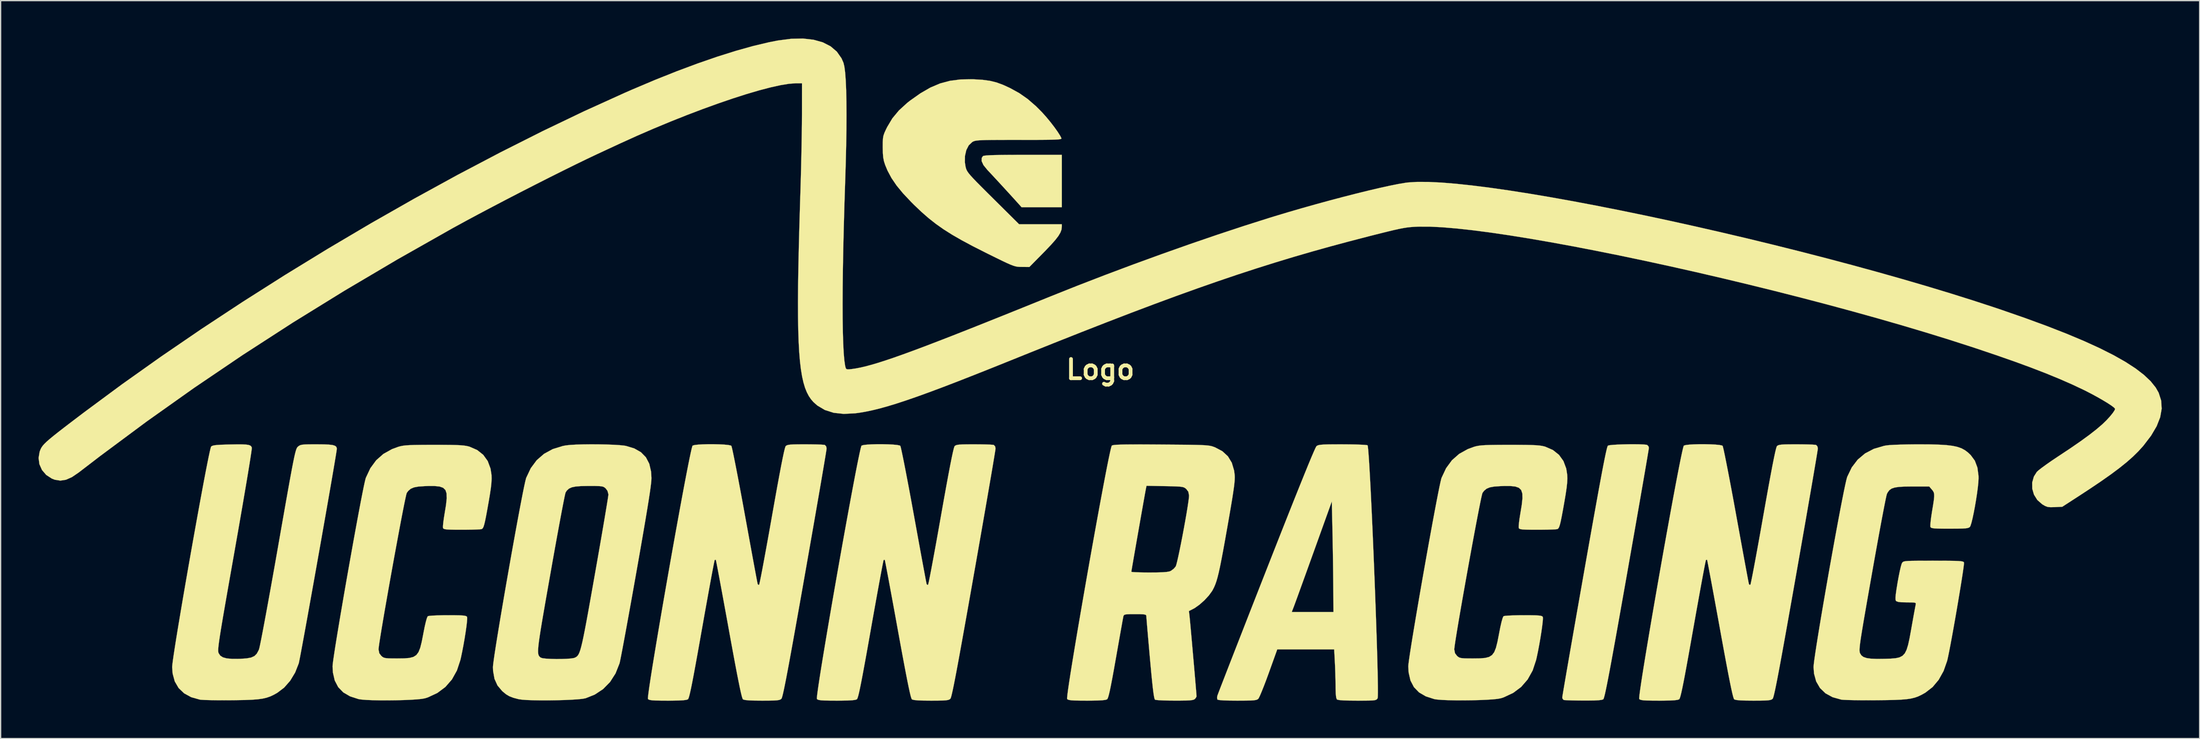
<source format=kicad_pcb>
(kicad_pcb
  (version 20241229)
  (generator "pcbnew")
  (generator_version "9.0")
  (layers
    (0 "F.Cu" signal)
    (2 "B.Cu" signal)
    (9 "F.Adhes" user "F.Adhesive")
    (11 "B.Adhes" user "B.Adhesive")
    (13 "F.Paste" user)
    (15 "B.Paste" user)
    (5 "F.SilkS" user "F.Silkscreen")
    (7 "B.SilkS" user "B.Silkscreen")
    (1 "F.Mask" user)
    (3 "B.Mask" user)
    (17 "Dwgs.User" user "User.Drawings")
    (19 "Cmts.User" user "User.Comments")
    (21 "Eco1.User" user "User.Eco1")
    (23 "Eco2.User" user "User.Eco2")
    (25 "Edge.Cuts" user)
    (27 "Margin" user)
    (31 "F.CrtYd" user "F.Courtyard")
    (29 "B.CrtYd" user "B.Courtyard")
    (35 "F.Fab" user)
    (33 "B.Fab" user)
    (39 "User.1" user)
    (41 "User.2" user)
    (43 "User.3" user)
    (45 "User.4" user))
  (footprint "Logo"
    (layer "F.Cu")
    (at 84.072 26.242)
    (property "Reference" "Logo" (at 0 0 0) (layer "F.SilkS") (effects (font (size 1.524 1.524) (thickness 0.3))))
    (attr through_hole)
    (fp_poly (pts (xy -3.048 -12.869) (xy -6.238 -12.869) (xy -6.522 -13.187) (xy -6.806 -13.501) (xy -7.156 -13.887) (xy -7.546 -14.313) (xy -7.944 -14.747) (xy -8.324 -15.158) (xy -8.654 -15.514) (xy -8.907 -15.784) (xy -8.952 -15.832) (xy -9.252 -16.202) (xy -9.397 -16.519) (xy -9.387 -16.779) (xy -9.296 -16.916) (xy -9.22 -16.945) (xy -9.044 -16.968) (xy -8.759 -16.987) (xy -8.353 -17.001) (xy -7.814 -17.01) (xy -7.131 -17.016) (xy -6.291 -17.018) (xy -6.121 -17.018) (xy -3.048 -17.018) (xy -3.048 -12.869)) (stroke (width 0.01) (type solid)) (fill yes) (layer "F.SilkS"))
    (fp_poly (pts (xy 42.677 5.926) (xy 43.013 5.94) (xy 43.239 5.963) (xy 43.3 5.978) (xy 43.408 6.095) (xy 43.434 6.211) (xy 43.42 6.317) (xy 43.377 6.579) (xy 43.309 6.986) (xy 43.217 7.528) (xy 43.103 8.195) (xy 42.968 8.976) (xy 42.814 9.861) (xy 42.644 10.839) (xy 42.459 11.898) (xy 42.261 13.03) (xy 42.051 14.223) (xy 41.832 15.467) (xy 41.701 16.214) (xy 41.428 17.755) (xy 41.183 19.137) (xy 40.964 20.368) (xy 40.769 21.455) (xy 40.596 22.407) (xy 40.446 23.23) (xy 40.315 23.932) (xy 40.202 24.522) (xy 40.107 25.006) (xy 40.027 25.394) (xy 39.962 25.692) (xy 39.908 25.908) (xy 39.867 26.05) (xy 39.834 26.125) (xy 39.822 26.14) (xy 39.701 26.184) (xy 39.464 26.214) (xy 39.098 26.233) (xy 38.586 26.24) (xy 38.232 26.24) (xy 37.749 26.235) (xy 37.322 26.227) (xy 36.981 26.215) (xy 36.756 26.202) (xy 36.682 26.191) (xy 36.592 26.08) (xy 36.576 25.991) (xy 36.59 25.889) (xy 36.633 25.63) (xy 36.701 25.226) (xy 36.793 24.686) (xy 36.907 24.022) (xy 37.042 23.244) (xy 37.195 22.361) (xy 37.365 21.386) (xy 37.55 20.327) (xy 37.748 19.196) (xy 37.958 18.004) (xy 38.177 16.76) (xy 38.313 15.986) (xy 38.588 14.429) (xy 38.836 13.032) (xy 39.058 11.787) (xy 39.256 10.687) (xy 39.43 9.724) (xy 39.583 8.892) (xy 39.715 8.182) (xy 39.829 7.587) (xy 39.925 7.101) (xy 40.005 6.716) (xy 40.07 6.424) (xy 40.121 6.218) (xy 40.161 6.09) (xy 40.19 6.034) (xy 40.192 6.032) (xy 40.318 6) (xy 40.578 5.972) (xy 40.938 5.949) (xy 41.362 5.933) (xy 41.817 5.923) (xy 42.267 5.921) (xy 42.677 5.926)) (stroke (width 0.01) (type solid)) (fill yes) (layer "F.SilkS"))
    (fp_poly (pts (xy -9.991 -23.006) (xy -9.311 -22.964) (xy -8.742 -22.886) (xy -8.227 -22.76) (xy -7.708 -22.57) (xy -7.154 -22.316) (xy -6.422 -21.913) (xy -5.751 -21.444) (xy -5.097 -20.877) (xy -4.614 -20.391) (xy -4.288 -20.027) (xy -3.955 -19.625) (xy -3.642 -19.218) (xy -3.374 -18.841) (xy -3.175 -18.526) (xy -3.082 -18.34) (xy -3.081 -18.306) (xy -3.116 -18.278) (xy -3.202 -18.255) (xy -3.354 -18.238) (xy -3.586 -18.225) (xy -3.914 -18.215) (xy -4.353 -18.209) (xy -4.916 -18.205) (xy -5.62 -18.204) (xy -6.447 -18.203) (xy -7.299 -18.203) (xy -7.999 -18.201) (xy -8.562 -18.198) (xy -9.007 -18.192) (xy -9.349 -18.182) (xy -9.605 -18.168) (xy -9.792 -18.149) (xy -9.926 -18.125) (xy -10.025 -18.094) (xy -10.104 -18.055) (xy -10.144 -18.032) (xy -10.417 -17.772) (xy -10.611 -17.394) (xy -10.716 -16.933) (xy -10.724 -16.427) (xy -10.668 -16.074) (xy -10.636 -15.948) (xy -10.593 -15.83) (xy -10.526 -15.706) (xy -10.424 -15.56) (xy -10.274 -15.379) (xy -10.063 -15.148) (xy -9.779 -14.852) (xy -9.409 -14.478) (xy -8.941 -14.01) (xy -8.496 -13.568) (xy -6.429 -11.515) (xy -3.048 -11.515) (xy -3.048 -11.313) (xy -3.073 -11.093) (xy -3.159 -10.859) (xy -3.316 -10.592) (xy -3.56 -10.274) (xy -3.903 -9.886) (xy -4.357 -9.409) (xy -4.468 -9.296) (xy -5.618 -8.128) (xy -6.217 -8.134) (xy -6.391 -8.137) (xy -6.547 -8.148) (xy -6.704 -8.176) (xy -6.884 -8.229) (xy -7.105 -8.313) (xy -7.39 -8.438) (xy -7.758 -8.612) (xy -8.23 -8.843) (xy -8.826 -9.137) (xy -9.063 -9.255) (xy -10.074 -9.767) (xy -10.951 -10.236) (xy -11.718 -10.677) (xy -12.399 -11.107) (xy -13.017 -11.543) (xy -13.599 -12.001) (xy -14.166 -12.498) (xy -14.745 -13.049) (xy -14.986 -13.291) (xy -15.623 -13.968) (xy -16.133 -14.587) (xy -16.535 -15.178) (xy -16.85 -15.768) (xy -17.036 -16.214) (xy -17.131 -16.509) (xy -17.19 -16.811) (xy -17.219 -17.176) (xy -17.228 -17.617) (xy -17.226 -18.021) (xy -17.211 -18.311) (xy -17.171 -18.541) (xy -17.093 -18.767) (xy -16.966 -19.043) (xy -16.875 -19.226) (xy -16.468 -19.91) (xy -15.947 -20.538) (xy -15.289 -21.139) (xy -15.071 -21.311) (xy -14.24 -21.899) (xy -13.457 -22.351) (xy -12.69 -22.677) (xy -11.903 -22.888) (xy -11.065 -22.996) (xy -10.14 -23.011) (xy -9.991 -23.006)) (stroke (width 0.01) (type solid)) (fill yes) (layer "F.SilkS"))
    (fp_poly (pts (xy 19.165 5.928) (xy 19.717 5.932) (xy 20.215 5.941) (xy 20.634 5.956) (xy 20.947 5.974) (xy 21.128 5.995) (xy 21.159 6.005) (xy 21.182 6.1) (xy 21.21 6.352) (xy 21.242 6.748) (xy 21.278 7.275) (xy 21.317 7.92) (xy 21.359 8.669) (xy 21.403 9.512) (xy 21.448 10.434) (xy 21.495 11.422) (xy 21.542 12.465) (xy 21.589 13.549) (xy 21.636 14.661) (xy 21.681 15.789) (xy 21.726 16.919) (xy 21.768 18.039) (xy 21.808 19.137) (xy 21.845 20.199) (xy 21.879 21.212) (xy 21.909 22.164) (xy 21.934 23.043) (xy 21.954 23.834) (xy 21.968 24.525) (xy 21.977 25.104) (xy 21.979 25.558) (xy 21.974 25.873) (xy 21.961 26.037) (xy 21.956 26.056) (xy 21.908 26.124) (xy 21.845 26.174) (xy 21.741 26.208) (xy 21.57 26.229) (xy 21.308 26.241) (xy 20.93 26.246) (xy 20.411 26.247) (xy 20.335 26.247) (xy 19.718 26.242) (xy 19.26 26.228) (xy 18.947 26.204) (xy 18.771 26.169) (xy 18.728 26.145) (xy 18.675 26) (xy 18.641 25.694) (xy 18.627 25.236) (xy 18.627 25.142) (xy 18.621 24.663) (xy 18.607 24.1) (xy 18.587 23.535) (xy 18.571 23.212) (xy 18.516 22.183) (xy 14.01 22.183) (xy 13.334 24.066) (xy 13.136 24.606) (xy 12.948 25.099) (xy 12.78 25.519) (xy 12.643 25.843) (xy 12.545 26.045) (xy 12.509 26.098) (xy 12.438 26.152) (xy 12.332 26.191) (xy 12.164 26.218) (xy 11.911 26.235) (xy 11.547 26.243) (xy 11.047 26.246) (xy 10.842 26.247) (xy 10.233 26.242) (xy 9.765 26.227) (xy 9.446 26.203) (xy 9.285 26.17) (xy 9.268 26.157) (xy 9.243 26.011) (xy 9.261 25.874) (xy 9.298 25.772) (xy 9.392 25.522) (xy 9.541 25.134) (xy 9.741 24.618) (xy 9.987 23.983) (xy 10.276 23.239) (xy 10.604 22.396) (xy 10.968 21.464) (xy 11.363 20.452) (xy 11.785 19.37) (xy 11.844 19.219) (xy 15.158 19.219) (xy 18.457 19.219) (xy 18.446 17.251) (xy 18.44 16.596) (xy 18.431 15.824) (xy 18.42 14.987) (xy 18.406 14.137) (xy 18.392 13.325) (xy 18.382 12.869) (xy 18.33 10.456) (xy 16.9 14.436) (xy 16.613 15.232) (xy 16.34 15.991) (xy 16.085 16.696) (xy 15.856 17.329) (xy 15.659 17.875) (xy 15.499 18.314) (xy 15.383 18.63) (xy 15.318 18.806) (xy 15.313 18.817) (xy 15.158 19.219) (xy 11.844 19.219) (xy 12.232 18.228) (xy 12.699 17.036) (xy 13.124 15.952) (xy 13.764 14.322) (xy 14.35 12.834) (xy 14.882 11.489) (xy 15.359 10.289) (xy 15.781 9.236) (xy 16.146 8.331) (xy 16.454 7.575) (xy 16.705 6.971) (xy 16.898 6.521) (xy 17.032 6.224) (xy 17.106 6.085) (xy 17.114 6.075) (xy 17.188 6.026) (xy 17.294 5.989) (xy 17.454 5.963) (xy 17.69 5.945) (xy 18.025 5.934) (xy 18.481 5.929) (xy 19.082 5.928) (xy 19.165 5.928)) (stroke (width 0.01) (type solid)) (fill yes) (layer "F.SilkS"))
    (fp_poly (pts (xy -61.483 5.932) (xy -61.063 5.951) (xy -60.771 5.988) (xy -60.586 6.049) (xy -60.487 6.137) (xy -60.453 6.257) (xy -60.452 6.284) (xy -60.467 6.405) (xy -60.509 6.679) (xy -60.577 7.091) (xy -60.667 7.629) (xy -60.778 8.278) (xy -60.906 9.024) (xy -61.05 9.853) (xy -61.207 10.752) (xy -61.374 11.707) (xy -61.55 12.704) (xy -61.73 13.729) (xy -61.915 14.768) (xy -62.099 15.808) (xy -62.282 16.834) (xy -62.461 17.832) (xy -62.633 18.79) (xy -62.795 19.692) (xy -62.946 20.525) (xy -63.083 21.276) (xy -63.204 21.929) (xy -63.305 22.473) (xy -63.385 22.892) (xy -63.441 23.172) (xy -63.469 23.297) (xy -63.753 24.019) (xy -64.145 24.668) (xy -64.623 25.213) (xy -65.166 25.625) (xy -65.172 25.629) (xy -65.462 25.79) (xy -65.736 25.917) (xy -66.021 26.015) (xy -66.341 26.088) (xy -66.721 26.14) (xy -67.186 26.175) (xy -67.762 26.197) (xy -68.474 26.21) (xy -68.749 26.213) (xy -69.361 26.216) (xy -69.937 26.214) (xy -70.449 26.207) (xy -70.87 26.195) (xy -71.171 26.179) (xy -71.3 26.165) (xy -71.984 25.972) (xy -72.546 25.664) (xy -72.981 25.246) (xy -73.285 24.722) (xy -73.454 24.097) (xy -73.491 23.586) (xy -73.476 23.398) (xy -73.434 23.063) (xy -73.367 22.596) (xy -73.277 22.01) (xy -73.168 21.318) (xy -73.04 20.534) (xy -72.896 19.671) (xy -72.74 18.743) (xy -72.573 17.764) (xy -72.397 16.747) (xy -72.216 15.705) (xy -72.031 14.653) (xy -71.845 13.603) (xy -71.66 12.57) (xy -71.479 11.566) (xy -71.304 10.606) (xy -71.137 9.703) (xy -70.982 8.87) (xy -70.839 8.121) (xy -70.712 7.47) (xy -70.603 6.929) (xy -70.514 6.514) (xy -70.448 6.236) (xy -70.408 6.11) (xy -70.404 6.106) (xy -70.321 6.051) (xy -70.18 6.011) (xy -69.955 5.982) (xy -69.621 5.961) (xy -69.152 5.946) (xy -68.946 5.942) (xy -68.365 5.932) (xy -67.93 5.934) (xy -67.62 5.95) (xy -67.412 5.984) (xy -67.284 6.039) (xy -67.213 6.118) (xy -67.182 6.203) (xy -67.19 6.312) (xy -67.226 6.576) (xy -67.288 6.983) (xy -67.373 7.521) (xy -67.481 8.179) (xy -67.608 8.944) (xy -67.754 9.804) (xy -67.915 10.749) (xy -68.091 11.766) (xy -68.278 12.843) (xy -68.476 13.968) (xy -68.533 14.296) (xy -68.768 15.626) (xy -68.975 16.799) (xy -69.155 17.826) (xy -69.31 18.717) (xy -69.442 19.482) (xy -69.552 20.131) (xy -69.642 20.675) (xy -69.713 21.123) (xy -69.767 21.487) (xy -69.806 21.775) (xy -69.831 21.998) (xy -69.844 22.167) (xy -69.846 22.291) (xy -69.839 22.381) (xy -69.824 22.447) (xy -69.812 22.482) (xy -69.684 22.676) (xy -69.476 22.812) (xy -69.166 22.897) (xy -68.733 22.935) (xy -68.158 22.932) (xy -68.097 22.93) (xy -67.599 22.897) (xy -67.237 22.83) (xy -66.979 22.712) (xy -66.793 22.527) (xy -66.647 22.259) (xy -66.612 22.174) (xy -66.576 22.037) (xy -66.514 21.746) (xy -66.427 21.313) (xy -66.318 20.75) (xy -66.19 20.07) (xy -66.044 19.284) (xy -65.884 18.405) (xy -65.71 17.447) (xy -65.526 16.42) (xy -65.333 15.337) (xy -65.135 14.211) (xy -65.108 14.055) (xy -64.878 12.741) (xy -64.674 11.585) (xy -64.496 10.574) (xy -64.341 9.7) (xy -64.207 8.952) (xy -64.091 8.319) (xy -63.993 7.792) (xy -63.909 7.361) (xy -63.838 7.014) (xy -63.778 6.742) (xy -63.726 6.535) (xy -63.682 6.383) (xy -63.642 6.274) (xy -63.605 6.2) (xy -63.568 6.149) (xy -63.536 6.117) (xy -63.443 6.044) (xy -63.338 5.992) (xy -63.192 5.958) (xy -62.974 5.939) (xy -62.654 5.929) (xy -62.203 5.927) (xy -62.05 5.927) (xy -61.483 5.932)) (stroke (width 0.01) (type solid)) (fill yes) (layer "F.SilkS"))
    (fp_poly (pts (xy -39.727 5.93) (xy -39.111 5.942) (xy -38.542 5.963) (xy -38.057 5.993) (xy -37.689 6.031) (xy -37.561 6.053) (xy -36.899 6.254) (xy -36.374 6.553) (xy -35.98 6.956) (xy -35.714 7.466) (xy -35.57 8.092) (xy -35.54 8.594) (xy -35.547 8.773) (xy -35.572 9.032) (xy -35.615 9.381) (xy -35.679 9.828) (xy -35.764 10.382) (xy -35.872 11.051) (xy -36.004 11.846) (xy -36.162 12.774) (xy -36.347 13.844) (xy -36.561 15.066) (xy -36.735 16.055) (xy -36.923 17.116) (xy -37.105 18.137) (xy -37.28 19.105) (xy -37.443 20.006) (xy -37.593 20.827) (xy -37.727 21.553) (xy -37.843 22.173) (xy -37.939 22.671) (xy -38.011 23.036) (xy -38.058 23.252) (xy -38.069 23.294) (xy -38.383 24.087) (xy -38.819 24.768) (xy -39.37 25.33) (xy -40.028 25.765) (xy -40.754 26.056) (xy -40.999 26.102) (xy -41.383 26.141) (xy -41.875 26.173) (xy -42.444 26.198) (xy -43.062 26.215) (xy -43.696 26.224) (xy -44.317 26.224) (xy -44.894 26.215) (xy -45.397 26.197) (xy -45.795 26.168) (xy -46.058 26.13) (xy -46.059 26.13) (xy -46.48 26.018) (xy -46.792 25.898) (xy -47.053 25.742) (xy -47.321 25.521) (xy -47.367 25.479) (xy -47.732 25.043) (xy -47.968 24.522) (xy -48.079 23.9) (xy -48.091 23.586) (xy -48.076 23.394) (xy -48.032 23.051) (xy -47.964 22.573) (xy -47.933 22.377) (xy -44.518 22.377) (xy -44.506 22.526) (xy -44.479 22.634) (xy -44.438 22.713) (xy -44.385 22.773) (xy -44.321 22.825) (xy -44.303 22.839) (xy -44.159 22.883) (xy -43.885 22.916) (xy -43.52 22.937) (xy -43.102 22.947) (xy -42.67 22.945) (xy -42.263 22.931) (xy -41.92 22.905) (xy -41.68 22.867) (xy -41.616 22.845) (xy -41.529 22.803) (xy -41.451 22.75) (xy -41.379 22.676) (xy -41.31 22.571) (xy -41.242 22.421) (xy -41.171 22.217) (xy -41.096 21.946) (xy -41.012 21.598) (xy -40.919 21.161) (xy -40.812 20.624) (xy -40.689 19.975) (xy -40.548 19.204) (xy -40.386 18.298) (xy -40.199 17.247) (xy -40.012 16.187) (xy -39.837 15.193) (xy -39.671 14.242) (xy -39.516 13.35) (xy -39.375 12.529) (xy -39.25 11.794) (xy -39.144 11.159) (xy -39.058 10.638) (xy -38.995 10.243) (xy -38.957 9.99) (xy -38.947 9.897) (xy -39.022 9.617) (xy -39.154 9.436) (xy -39.245 9.354) (xy -39.343 9.296) (xy -39.479 9.26) (xy -39.685 9.24) (xy -39.992 9.231) (xy -40.432 9.229) (xy -40.53 9.229) (xy -41.104 9.239) (xy -41.535 9.272) (xy -41.85 9.337) (xy -42.075 9.44) (xy -42.238 9.59) (xy -42.34 9.748) (xy -42.37 9.861) (xy -42.428 10.127) (xy -42.509 10.532) (xy -42.612 11.064) (xy -42.734 11.709) (xy -42.872 12.453) (xy -43.024 13.282) (xy -43.187 14.184) (xy -43.359 15.144) (xy -43.528 16.102) (xy -43.738 17.292) (xy -43.92 18.326) (xy -44.074 19.217) (xy -44.204 19.974) (xy -44.309 20.611) (xy -44.391 21.138) (xy -44.452 21.567) (xy -44.493 21.908) (xy -44.514 22.175) (xy -44.518 22.377) (xy -47.933 22.377) (xy -47.872 21.976) (xy -47.76 21.275) (xy -47.631 20.486) (xy -47.488 19.623) (xy -47.332 18.704) (xy -47.168 17.743) (xy -46.997 16.757) (xy -46.822 15.759) (xy -46.647 14.767) (xy -46.473 13.796) (xy -46.304 12.861) (xy -46.142 11.977) (xy -45.99 11.162) (xy -45.85 10.429) (xy -45.727 9.794) (xy -45.621 9.274) (xy -45.536 8.884) (xy -45.475 8.639) (xy -45.458 8.585) (xy -45.098 7.822) (xy -44.627 7.187) (xy -44.047 6.682) (xy -43.358 6.306) (xy -42.561 6.06) (xy -42.315 6.014) (xy -41.979 5.977) (xy -41.517 5.95) (xy -40.965 5.934) (xy -40.357 5.927) (xy -39.727 5.93)) (stroke (width 0.01) (type solid)) (fill yes) (layer "F.SilkS"))
    (fp_poly (pts (xy -52.03 5.97) (xy -51.459 5.975) (xy -51.012 5.985) (xy -50.666 6.001) (xy -50.4 6.024) (xy -50.189 6.055) (xy -50.012 6.096) (xy -49.938 6.118) (xy -49.336 6.382) (xy -48.858 6.762) (xy -48.505 7.253) (xy -48.283 7.85) (xy -48.205 8.347) (xy -48.195 8.635) (xy -48.211 8.971) (xy -48.255 9.385) (xy -48.333 9.908) (xy -48.425 10.456) (xy -48.542 11.113) (xy -48.636 11.622) (xy -48.713 12.003) (xy -48.778 12.275) (xy -48.835 12.456) (xy -48.89 12.568) (xy -48.948 12.628) (xy -48.988 12.649) (xy -49.113 12.666) (xy -49.377 12.68) (xy -49.749 12.692) (xy -50.197 12.698) (xy -50.556 12.7) (xy -51.087 12.698) (xy -51.474 12.691) (xy -51.739 12.677) (xy -51.905 12.653) (xy -51.998 12.618) (xy -52.041 12.569) (xy -52.044 12.562) (xy -52.05 12.429) (xy -52.028 12.167) (xy -51.982 11.813) (xy -51.917 11.405) (xy -51.914 11.388) (xy -51.806 10.725) (xy -51.751 10.21) (xy -51.762 9.824) (xy -51.852 9.551) (xy -52.034 9.373) (xy -52.321 9.272) (xy -52.725 9.232) (xy -53.259 9.234) (xy -53.497 9.243) (xy -53.985 9.276) (xy -54.34 9.341) (xy -54.598 9.45) (xy -54.793 9.617) (xy -54.913 9.777) (xy -54.948 9.89) (xy -55.008 10.154) (xy -55.092 10.552) (xy -55.195 11.068) (xy -55.315 11.686) (xy -55.449 12.39) (xy -55.593 13.164) (xy -55.746 13.991) (xy -55.905 14.855) (xy -56.065 15.739) (xy -56.225 16.629) (xy -56.381 17.506) (xy -56.53 18.356) (xy -56.671 19.162) (xy -56.798 19.907) (xy -56.911 20.576) (xy -57.005 21.153) (xy -57.078 21.62) (xy -57.127 21.962) (xy -57.149 22.162) (xy -57.15 22.188) (xy -57.089 22.491) (xy -56.932 22.697) (xy -56.832 22.782) (xy -56.724 22.84) (xy -56.574 22.875) (xy -56.35 22.894) (xy -56.017 22.901) (xy -55.637 22.902) (xy -55.109 22.895) (xy -54.7 22.861) (xy -54.39 22.78) (xy -54.158 22.633) (xy -53.985 22.399) (xy -53.849 22.059) (xy -53.732 21.592) (xy -53.612 20.981) (xy -53.599 20.908) (xy -53.498 20.395) (xy -53.403 19.986) (xy -53.321 19.7) (xy -53.255 19.559) (xy -53.245 19.55) (xy -53.125 19.526) (xy -52.866 19.504) (xy -52.499 19.488) (xy -52.053 19.477) (xy -51.672 19.475) (xy -51.133 19.476) (xy -50.739 19.483) (xy -50.466 19.497) (xy -50.292 19.522) (xy -50.191 19.557) (xy -50.141 19.607) (xy -50.14 19.609) (xy -50.129 19.735) (xy -50.148 19.997) (xy -50.191 20.368) (xy -50.255 20.818) (xy -50.334 21.317) (xy -50.425 21.837) (xy -50.523 22.348) (xy -50.622 22.823) (xy -50.67 23.029) (xy -50.943 23.855) (xy -51.339 24.567) (xy -51.856 25.162) (xy -52.489 25.635) (xy -53.233 25.983) (xy -53.467 26.059) (xy -53.715 26.105) (xy -54.101 26.145) (xy -54.596 26.177) (xy -55.167 26.201) (xy -55.785 26.217) (xy -56.419 26.224) (xy -57.038 26.222) (xy -57.612 26.211) (xy -58.11 26.19) (xy -58.501 26.159) (xy -58.726 26.125) (xy -59.401 25.908) (xy -59.94 25.593) (xy -60.344 25.175) (xy -60.618 24.65) (xy -60.763 24.015) (xy -60.791 23.532) (xy -60.776 23.346) (xy -60.732 23.01) (xy -60.663 22.539) (xy -60.572 21.948) (xy -60.46 21.253) (xy -60.331 20.469) (xy -60.188 19.613) (xy -60.032 18.699) (xy -59.868 17.743) (xy -59.697 16.761) (xy -59.522 15.767) (xy -59.346 14.779) (xy -59.173 13.81) (xy -59.004 12.877) (xy -58.842 11.995) (xy -58.69 11.18) (xy -58.551 10.447) (xy -58.427 9.812) (xy -58.322 9.29) (xy -58.237 8.897) (xy -58.176 8.648) (xy -58.157 8.585) (xy -57.798 7.821) (xy -57.335 7.19) (xy -56.763 6.686) (xy -56.076 6.304) (xy -55.584 6.124) (xy -55.409 6.077) (xy -55.218 6.04) (xy -54.986 6.012) (xy -54.691 5.993) (xy -54.31 5.98) (xy -53.819 5.973) (xy -53.196 5.969) (xy -52.747 5.969) (xy -52.03 5.97)) (stroke (width 0.01) (type solid)) (fill yes) (layer "F.SilkS"))
    (fp_poly (pts (xy 33.145 5.97) (xy 33.716 5.975) (xy 34.163 5.985) (xy 34.508 6.001) (xy 34.775 6.024) (xy 34.985 6.055) (xy 35.162 6.096) (xy 35.237 6.118) (xy 35.838 6.382) (xy 36.317 6.762) (xy 36.669 7.253) (xy 36.892 7.85) (xy 36.969 8.347) (xy 36.98 8.635) (xy 36.964 8.971) (xy 36.919 9.385) (xy 36.842 9.908) (xy 36.749 10.456) (xy 36.633 11.113) (xy 36.538 11.622) (xy 36.461 12.003) (xy 36.397 12.275) (xy 36.339 12.456) (xy 36.284 12.568) (xy 36.227 12.628) (xy 36.187 12.649) (xy 36.061 12.666) (xy 35.797 12.68) (xy 35.426 12.692) (xy 34.978 12.698) (xy 34.619 12.7) (xy 34.087 12.698) (xy 33.701 12.691) (xy 33.436 12.677) (xy 33.269 12.653) (xy 33.176 12.618) (xy 33.134 12.569) (xy 33.131 12.562) (xy 33.125 12.429) (xy 33.147 12.167) (xy 33.192 11.813) (xy 33.258 11.405) (xy 33.261 11.388) (xy 33.369 10.725) (xy 33.424 10.21) (xy 33.413 9.824) (xy 33.323 9.551) (xy 33.141 9.373) (xy 32.854 9.272) (xy 32.45 9.232) (xy 31.916 9.234) (xy 31.677 9.243) (xy 31.189 9.276) (xy 30.834 9.341) (xy 30.577 9.45) (xy 30.381 9.617) (xy 30.262 9.777) (xy 30.227 9.89) (xy 30.166 10.154) (xy 30.083 10.552) (xy 29.98 11.068) (xy 29.86 11.686) (xy 29.726 12.39) (xy 29.581 13.164) (xy 29.428 13.991) (xy 29.27 14.855) (xy 29.11 15.739) (xy 28.95 16.629) (xy 28.794 17.506) (xy 28.644 18.356) (xy 28.504 19.162) (xy 28.376 19.907) (xy 28.264 20.576) (xy 28.17 21.153) (xy 28.097 21.62) (xy 28.048 21.962) (xy 28.026 22.162) (xy 28.025 22.188) (xy 28.085 22.491) (xy 28.243 22.697) (xy 28.343 22.782) (xy 28.451 22.84) (xy 28.6 22.875) (xy 28.825 22.894) (xy 29.158 22.901) (xy 29.538 22.902) (xy 30.066 22.895) (xy 30.475 22.861) (xy 30.785 22.78) (xy 31.016 22.633) (xy 31.19 22.399) (xy 31.325 22.059) (xy 31.443 21.592) (xy 31.563 20.981) (xy 31.576 20.908) (xy 31.677 20.395) (xy 31.771 19.986) (xy 31.854 19.7) (xy 31.919 19.559) (xy 31.929 19.55) (xy 32.049 19.526) (xy 32.308 19.504) (xy 32.676 19.488) (xy 33.122 19.477) (xy 33.503 19.475) (xy 34.042 19.476) (xy 34.436 19.483) (xy 34.708 19.497) (xy 34.883 19.522) (xy 34.983 19.557) (xy 35.034 19.607) (xy 35.035 19.609) (xy 35.045 19.735) (xy 35.027 19.997) (xy 34.983 20.368) (xy 34.92 20.818) (xy 34.84 21.317) (xy 34.749 21.837) (xy 34.652 22.348) (xy 34.552 22.823) (xy 34.505 23.029) (xy 34.232 23.855) (xy 33.835 24.567) (xy 33.319 25.162) (xy 32.686 25.635) (xy 31.941 25.983) (xy 31.708 26.059) (xy 31.46 26.105) (xy 31.073 26.145) (xy 30.579 26.177) (xy 30.008 26.201) (xy 29.389 26.217) (xy 28.755 26.224) (xy 28.136 26.222) (xy 27.562 26.211) (xy 27.064 26.19) (xy 26.673 26.159) (xy 26.449 26.125) (xy 25.774 25.908) (xy 25.235 25.593) (xy 24.83 25.175) (xy 24.557 24.65) (xy 24.411 24.015) (xy 24.384 23.532) (xy 24.399 23.346) (xy 24.442 23.01) (xy 24.511 22.539) (xy 24.603 21.948) (xy 24.714 21.253) (xy 24.844 20.469) (xy 24.987 19.613) (xy 25.143 18.699) (xy 25.307 17.743) (xy 25.478 16.761) (xy 25.653 15.767) (xy 25.828 14.779) (xy 26.002 13.81) (xy 26.171 12.877) (xy 26.333 11.995) (xy 26.485 11.18) (xy 26.624 10.447) (xy 26.748 9.812) (xy 26.853 9.29) (xy 26.938 8.897) (xy 26.998 8.648) (xy 27.018 8.585) (xy 27.377 7.821) (xy 27.84 7.19) (xy 28.412 6.686) (xy 29.099 6.304) (xy 29.591 6.124) (xy 29.765 6.077) (xy 29.957 6.04) (xy 30.189 6.012) (xy 30.483 5.993) (xy 30.865 5.98) (xy 31.355 5.973) (xy 31.978 5.969) (xy 32.427 5.969) (xy 33.145 5.97)) (stroke (width 0.01) (type solid)) (fill yes) (layer "F.SilkS"))
    (fp_poly (pts (xy -30.178 5.929) (xy -29.782 5.949) (xy -29.465 5.98) (xy -29.264 6.021) (xy -29.214 6.049) (xy -29.182 6.152) (xy -29.122 6.407) (xy -29.039 6.8) (xy -28.935 7.316) (xy -28.812 7.943) (xy -28.673 8.664) (xy -28.522 9.465) (xy -28.36 10.333) (xy -28.192 11.254) (xy -28.142 11.531) (xy -27.972 12.463) (xy -27.811 13.348) (xy -27.661 14.17) (xy -27.524 14.916) (xy -27.403 15.571) (xy -27.301 16.121) (xy -27.22 16.552) (xy -27.163 16.849) (xy -27.133 16.997) (xy -27.129 17.011) (xy -27.058 17.079) (xy -27.014 17.053) (xy -26.987 16.959) (xy -26.934 16.711) (xy -26.856 16.325) (xy -26.758 15.815) (xy -26.642 15.194) (xy -26.51 14.478) (xy -26.365 13.68) (xy -26.209 12.814) (xy -26.046 11.895) (xy -25.994 11.599) (xy -25.774 10.361) (xy -25.581 9.286) (xy -25.412 8.372) (xy -25.269 7.615) (xy -25.149 7.013) (xy -25.053 6.561) (xy -24.979 6.257) (xy -24.928 6.098) (xy -24.914 6.075) (xy -24.847 6.02) (xy -24.741 5.98) (xy -24.573 5.953) (xy -24.315 5.937) (xy -23.942 5.929) (xy -23.428 5.927) (xy -23.362 5.927) (xy -22.881 5.93) (xy -22.453 5.938) (xy -22.11 5.95) (xy -21.882 5.966) (xy -21.809 5.978) (xy -21.707 6.094) (xy -21.672 6.253) (xy -21.686 6.364) (xy -21.728 6.631) (xy -21.796 7.044) (xy -21.888 7.591) (xy -22.002 8.263) (xy -22.136 9.048) (xy -22.289 9.936) (xy -22.459 10.916) (xy -22.643 11.978) (xy -22.841 13.11) (xy -23.05 14.303) (xy -23.268 15.546) (xy -23.385 16.212) (xy -23.658 17.761) (xy -23.905 19.15) (xy -24.125 20.387) (xy -24.321 21.48) (xy -24.494 22.436) (xy -24.645 23.262) (xy -24.777 23.966) (xy -24.889 24.555) (xy -24.985 25.037) (xy -25.064 25.419) (xy -25.129 25.708) (xy -25.181 25.913) (xy -25.221 26.04) (xy -25.25 26.097) (xy -25.325 26.153) (xy -25.437 26.194) (xy -25.611 26.221) (xy -25.876 26.237) (xy -26.256 26.245) (xy -26.78 26.247) (xy -26.781 26.247) (xy -27.372 26.242) (xy -27.808 26.226) (xy -28.102 26.198) (xy -28.267 26.158) (xy -28.297 26.141) (xy -28.334 26.07) (xy -28.387 25.899) (xy -28.455 25.622) (xy -28.542 25.23) (xy -28.647 24.715) (xy -28.774 24.069) (xy -28.923 23.285) (xy -29.096 22.354) (xy -29.295 21.268) (xy -29.421 20.574) (xy -29.591 19.636) (xy -29.754 18.747) (xy -29.905 17.923) (xy -30.043 17.176) (xy -30.165 16.52) (xy -30.268 15.971) (xy -30.35 15.54) (xy -30.408 15.243) (xy -30.44 15.093) (xy -30.445 15.078) (xy -30.525 15.088) (xy -30.533 15.095) (xy -30.556 15.186) (xy -30.606 15.429) (xy -30.68 15.811) (xy -30.776 16.318) (xy -30.89 16.935) (xy -31.02 17.649) (xy -31.164 18.447) (xy -31.32 19.313) (xy -31.483 20.233) (xy -31.547 20.591) (xy -31.748 21.726) (xy -31.923 22.704) (xy -32.074 23.535) (xy -32.203 24.231) (xy -32.312 24.8) (xy -32.404 25.254) (xy -32.48 25.602) (xy -32.542 25.855) (xy -32.592 26.023) (xy -32.633 26.116) (xy -32.653 26.14) (xy -32.777 26.184) (xy -33.022 26.216) (xy -33.401 26.236) (xy -33.929 26.246) (xy -34.253 26.247) (xy -34.8 26.244) (xy -35.201 26.236) (xy -35.48 26.22) (xy -35.662 26.193) (xy -35.769 26.155) (xy -35.817 26.116) (xy -35.819 26.014) (xy -35.793 25.758) (xy -35.74 25.36) (xy -35.663 24.834) (xy -35.564 24.191) (xy -35.445 23.445) (xy -35.308 22.607) (xy -35.156 21.691) (xy -34.991 20.709) (xy -34.815 19.673) (xy -34.63 18.597) (xy -34.438 17.492) (xy -34.242 16.371) (xy -34.044 15.246) (xy -33.846 14.131) (xy -33.65 13.038) (xy -33.458 11.979) (xy -33.274 10.967) (xy -33.098 10.015) (xy -32.933 9.134) (xy -32.781 8.338) (xy -32.645 7.64) (xy -32.527 7.05) (xy -32.428 6.584) (xy -32.352 6.251) (xy -32.3 6.067) (xy -32.283 6.032) (xy -32.138 5.987) (xy -31.865 5.953) (xy -31.497 5.931) (xy -31.07 5.919) (xy -30.619 5.919) (xy -30.178 5.929)) (stroke (width 0.01) (type solid)) (fill yes) (layer "F.SilkS"))
    (fp_poly (pts (xy -16.8 5.929) (xy -16.404 5.949) (xy -16.088 5.98) (xy -15.887 6.021) (xy -15.837 6.049) (xy -15.804 6.152) (xy -15.745 6.407) (xy -15.662 6.8) (xy -15.557 7.316) (xy -15.434 7.943) (xy -15.296 8.664) (xy -15.144 9.465) (xy -14.983 10.333) (xy -14.815 11.254) (xy -14.764 11.531) (xy -14.595 12.463) (xy -14.434 13.348) (xy -14.284 14.17) (xy -14.147 14.916) (xy -14.026 15.571) (xy -13.923 16.121) (xy -13.843 16.552) (xy -13.786 16.849) (xy -13.755 16.997) (xy -13.752 17.011) (xy -13.681 17.079) (xy -13.637 17.053) (xy -13.61 16.959) (xy -13.556 16.711) (xy -13.479 16.325) (xy -13.381 15.815) (xy -13.265 15.194) (xy -13.133 14.478) (xy -12.987 13.68) (xy -12.832 12.814) (xy -12.669 11.895) (xy -12.617 11.599) (xy -12.397 10.361) (xy -12.203 9.286) (xy -12.035 8.372) (xy -11.891 7.615) (xy -11.772 7.013) (xy -11.675 6.561) (xy -11.602 6.257) (xy -11.55 6.098) (xy -11.537 6.075) (xy -11.469 6.02) (xy -11.364 5.98) (xy -11.195 5.953) (xy -10.937 5.937) (xy -10.564 5.929) (xy -10.051 5.927) (xy -9.984 5.927) (xy -9.503 5.93) (xy -9.075 5.938) (xy -8.732 5.95) (xy -8.505 5.966) (xy -8.431 5.978) (xy -8.329 6.094) (xy -8.295 6.253) (xy -8.309 6.364) (xy -8.351 6.631) (xy -8.419 7.044) (xy -8.51 7.591) (xy -8.624 8.263) (xy -8.759 9.048) (xy -8.912 9.936) (xy -9.081 10.916) (xy -9.266 11.978) (xy -9.463 13.11) (xy -9.672 14.303) (xy -9.89 15.546) (xy -10.008 16.212) (xy -10.281 17.761) (xy -10.527 19.15) (xy -10.748 20.387) (xy -10.944 21.48) (xy -11.117 22.436) (xy -11.268 23.262) (xy -11.399 23.966) (xy -11.512 24.555) (xy -11.607 25.037) (xy -11.687 25.419) (xy -11.752 25.708) (xy -11.803 25.913) (xy -11.843 26.04) (xy -11.873 26.097) (xy -11.948 26.153) (xy -12.059 26.194) (xy -12.234 26.221) (xy -12.498 26.237) (xy -12.879 26.245) (xy -13.402 26.247) (xy -13.403 26.247) (xy -13.995 26.242) (xy -14.431 26.226) (xy -14.725 26.198) (xy -14.89 26.158) (xy -14.919 26.141) (xy -14.957 26.07) (xy -15.01 25.899) (xy -15.078 25.622) (xy -15.164 25.23) (xy -15.27 24.715) (xy -15.396 24.069) (xy -15.545 23.285) (xy -15.719 22.354) (xy -15.918 21.268) (xy -16.044 20.574) (xy -16.214 19.636) (xy -16.376 18.747) (xy -16.528 17.923) (xy -16.666 17.176) (xy -16.787 16.52) (xy -16.891 15.971) (xy -16.973 15.54) (xy -17.031 15.243) (xy -17.063 15.093) (xy -17.068 15.078) (xy -17.147 15.088) (xy -17.155 15.095) (xy -17.179 15.186) (xy -17.229 15.429) (xy -17.303 15.811) (xy -17.398 16.318) (xy -17.513 16.935) (xy -17.643 17.649) (xy -17.787 18.447) (xy -17.942 19.313) (xy -18.106 20.233) (xy -18.169 20.591) (xy -18.37 21.726) (xy -18.545 22.704) (xy -18.697 23.535) (xy -18.826 24.231) (xy -18.935 24.8) (xy -19.027 25.254) (xy -19.102 25.602) (xy -19.164 25.855) (xy -19.215 26.023) (xy -19.256 26.116) (xy -19.276 26.14) (xy -19.4 26.184) (xy -19.645 26.216) (xy -20.024 26.236) (xy -20.552 26.246) (xy -20.876 26.247) (xy -21.423 26.244) (xy -21.824 26.236) (xy -22.103 26.22) (xy -22.285 26.193) (xy -22.392 26.155) (xy -22.439 26.116) (xy -22.442 26.014) (xy -22.416 25.758) (xy -22.363 25.36) (xy -22.286 24.834) (xy -22.187 24.191) (xy -22.068 23.445) (xy -21.931 22.607) (xy -21.779 21.691) (xy -21.614 20.709) (xy -21.438 19.673) (xy -21.253 18.597) (xy -21.061 17.492) (xy -20.865 16.371) (xy -20.667 15.246) (xy -20.469 14.131) (xy -20.273 13.038) (xy -20.081 11.979) (xy -19.896 10.967) (xy -19.72 10.015) (xy -19.555 9.134) (xy -19.404 8.338) (xy -19.268 7.64) (xy -19.149 7.05) (xy -19.051 6.584) (xy -18.975 6.251) (xy -18.923 6.067) (xy -18.905 6.032) (xy -18.761 5.987) (xy -18.487 5.953) (xy -18.12 5.931) (xy -17.693 5.919) (xy -17.242 5.919) (xy -16.8 5.929)) (stroke (width 0.01) (type solid)) (fill yes) (layer "F.SilkS"))
    (fp_poly (pts (xy 48.308 5.929) (xy 48.704 5.949) (xy 49.021 5.98) (xy 49.222 6.021) (xy 49.272 6.049) (xy 49.304 6.152) (xy 49.364 6.407) (xy 49.447 6.8) (xy 49.551 7.316) (xy 49.674 7.943) (xy 49.813 8.664) (xy 49.964 9.465) (xy 50.126 10.333) (xy 50.294 11.254) (xy 50.344 11.531) (xy 50.514 12.463) (xy 50.675 13.348) (xy 50.825 14.17) (xy 50.962 14.916) (xy 51.083 15.571) (xy 51.185 16.121) (xy 51.266 16.552) (xy 51.323 16.849) (xy 51.353 16.997) (xy 51.357 17.011) (xy 51.428 17.079) (xy 51.472 17.053) (xy 51.499 16.959) (xy 51.552 16.711) (xy 51.63 16.325) (xy 51.728 15.815) (xy 51.844 15.194) (xy 51.976 14.478) (xy 52.121 13.68) (xy 52.277 12.814) (xy 52.44 11.895) (xy 52.492 11.599) (xy 52.712 10.361) (xy 52.905 9.286) (xy 53.074 8.372) (xy 53.217 7.615) (xy 53.337 7.013) (xy 53.433 6.561) (xy 53.507 6.257) (xy 53.558 6.098) (xy 53.572 6.075) (xy 53.639 6.02) (xy 53.745 5.98) (xy 53.913 5.953) (xy 54.171 5.937) (xy 54.544 5.929) (xy 55.058 5.927) (xy 55.124 5.927) (xy 55.605 5.93) (xy 56.033 5.938) (xy 56.376 5.95) (xy 56.604 5.966) (xy 56.677 5.978) (xy 56.779 6.094) (xy 56.814 6.253) (xy 56.8 6.364) (xy 56.758 6.631) (xy 56.69 7.044) (xy 56.598 7.591) (xy 56.484 8.263) (xy 56.35 9.048) (xy 56.197 9.936) (xy 56.027 10.916) (xy 55.843 11.978) (xy 55.645 13.11) (xy 55.436 14.303) (xy 55.218 15.546) (xy 55.101 16.212) (xy 54.828 17.761) (xy 54.581 19.15) (xy 54.361 20.387) (xy 54.165 21.48) (xy 53.992 22.436) (xy 53.841 23.262) (xy 53.709 23.966) (xy 53.597 24.555) (xy 53.501 25.037) (xy 53.422 25.419) (xy 53.357 25.708) (xy 53.305 25.913) (xy 53.265 26.04) (xy 53.236 26.097) (xy 53.161 26.153) (xy 53.049 26.194) (xy 52.875 26.221) (xy 52.61 26.237) (xy 52.23 26.245) (xy 51.706 26.247) (xy 51.705 26.247) (xy 51.114 26.242) (xy 50.678 26.226) (xy 50.384 26.198) (xy 50.219 26.158) (xy 50.189 26.141) (xy 50.152 26.07) (xy 50.099 25.899) (xy 50.031 25.622) (xy 49.944 25.23) (xy 49.839 24.715) (xy 49.712 24.069) (xy 49.563 23.285) (xy 49.39 22.354) (xy 49.191 21.268) (xy 49.065 20.574) (xy 48.895 19.636) (xy 48.732 18.747) (xy 48.581 17.923) (xy 48.443 17.176) (xy 48.321 16.52) (xy 48.218 15.971) (xy 48.136 15.54) (xy 48.078 15.243) (xy 48.046 15.093) (xy 48.041 15.078) (xy 47.961 15.088) (xy 47.953 15.095) (xy 47.93 15.186) (xy 47.88 15.429) (xy 47.806 15.811) (xy 47.71 16.318) (xy 47.596 16.935) (xy 47.466 17.649) (xy 47.322 18.447) (xy 47.166 19.313) (xy 47.003 20.233) (xy 46.939 20.591) (xy 46.738 21.726) (xy 46.563 22.704) (xy 46.412 23.535) (xy 46.283 24.231) (xy 46.174 24.8) (xy 46.082 25.254) (xy 46.006 25.602) (xy 45.944 25.855) (xy 45.894 26.023) (xy 45.853 26.116) (xy 45.833 26.14) (xy 45.709 26.184) (xy 45.464 26.216) (xy 45.085 26.236) (xy 44.557 26.246) (xy 44.233 26.247) (xy 43.686 26.244) (xy 43.285 26.236) (xy 43.006 26.22) (xy 42.824 26.193) (xy 42.717 26.155) (xy 42.669 26.116) (xy 42.667 26.014) (xy 42.693 25.758) (xy 42.746 25.36) (xy 42.823 24.834) (xy 42.922 24.191) (xy 43.041 23.445) (xy 43.178 22.607) (xy 43.33 21.691) (xy 43.495 20.709) (xy 43.671 19.673) (xy 43.856 18.597) (xy 44.048 17.492) (xy 44.244 16.371) (xy 44.442 15.246) (xy 44.64 14.131) (xy 44.836 13.038) (xy 45.028 11.979) (xy 45.212 10.967) (xy 45.388 10.015) (xy 45.553 9.134) (xy 45.705 8.338) (xy 45.841 7.64) (xy 45.959 7.05) (xy 46.058 6.584) (xy 46.134 6.251) (xy 46.186 6.067) (xy 46.203 6.032) (xy 46.348 5.987) (xy 46.621 5.953) (xy 46.989 5.931) (xy 47.416 5.919) (xy 47.867 5.919) (xy 48.308 5.929)) (stroke (width 0.01) (type solid)) (fill yes) (layer "F.SilkS"))
    (fp_poly (pts (xy 4.027 5.94) (xy 4.826 5.945) (xy 5.723 5.952) (xy 6.468 5.958) (xy 7.076 5.965) (xy 7.565 5.974) (xy 7.951 5.985) (xy 8.251 5.999) (xy 8.481 6.018) (xy 8.659 6.041) (xy 8.8 6.07) (xy 8.921 6.107) (xy 9.039 6.151) (xy 9.092 6.171) (xy 9.664 6.475) (xy 10.103 6.879) (xy 10.411 7.388) (xy 10.594 8.007) (xy 10.64 8.368) (xy 10.647 8.537) (xy 10.64 8.743) (xy 10.618 9.005) (xy 10.579 9.336) (xy 10.519 9.754) (xy 10.438 10.275) (xy 10.331 10.914) (xy 10.198 11.688) (xy 10.042 12.579) (xy 9.87 13.551) (xy 9.721 14.372) (xy 9.591 15.058) (xy 9.478 15.626) (xy 9.376 16.092) (xy 9.282 16.471) (xy 9.193 16.781) (xy 9.103 17.036) (xy 9.01 17.255) (xy 8.91 17.451) (xy 8.852 17.554) (xy 8.595 17.909) (xy 8.246 18.287) (xy 7.857 18.634) (xy 7.481 18.902) (xy 7.375 18.961) (xy 7.016 19.144) (xy 7.067 19.584) (xy 7.084 19.751) (xy 7.113 20.056) (xy 7.151 20.473) (xy 7.197 20.981) (xy 7.248 21.556) (xy 7.302 22.174) (xy 7.358 22.813) (xy 7.414 23.449) (xy 7.467 24.059) (xy 7.515 24.62) (xy 7.556 25.108) (xy 7.589 25.5) (xy 7.611 25.773) (xy 7.62 25.904) (xy 7.62 25.91) (xy 7.566 26.02) (xy 7.487 26.114) (xy 7.412 26.163) (xy 7.284 26.199) (xy 7.079 26.224) (xy 6.774 26.238) (xy 6.342 26.244) (xy 5.899 26.245) (xy 5.414 26.241) (xy 4.984 26.229) (xy 4.638 26.212) (xy 4.409 26.19) (xy 4.33 26.171) (xy 4.294 26.102) (xy 4.254 25.932) (xy 4.209 25.65) (xy 4.158 25.245) (xy 4.1 24.707) (xy 4.033 24.025) (xy 3.956 23.188) (xy 3.929 22.892) (xy 3.865 22.167) (xy 3.806 21.493) (xy 3.753 20.887) (xy 3.709 20.37) (xy 3.675 19.96) (xy 3.652 19.678) (xy 3.643 19.543) (xy 3.642 19.537) (xy 3.625 19.47) (xy 3.553 19.427) (xy 3.399 19.402) (xy 3.132 19.391) (xy 2.753 19.389) (xy 2.357 19.391) (xy 2.098 19.401) (xy 1.946 19.425) (xy 1.867 19.471) (xy 1.832 19.544) (xy 1.823 19.579) (xy 1.799 19.704) (xy 1.749 19.975) (xy 1.678 20.374) (xy 1.587 20.881) (xy 1.482 21.475) (xy 1.365 22.138) (xy 1.24 22.849) (xy 1.23 22.902) (xy 1.079 23.756) (xy 0.951 24.455) (xy 0.844 25.013) (xy 0.756 25.444) (xy 0.682 25.759) (xy 0.621 25.973) (xy 0.57 26.097) (xy 0.536 26.141) (xy 0.41 26.185) (xy 0.162 26.216) (xy -0.223 26.236) (xy -0.756 26.246) (xy -1.064 26.247) (xy -1.611 26.244) (xy -2.012 26.236) (xy -2.291 26.22) (xy -2.473 26.193) (xy -2.58 26.155) (xy -2.627 26.116) (xy -2.63 26.014) (xy -2.604 25.757) (xy -2.552 25.359) (xy -2.475 24.832) (xy -2.376 24.189) (xy -2.257 23.443) (xy -2.12 22.605) (xy -1.968 21.688) (xy -1.803 20.706) (xy -1.626 19.67) (xy -1.441 18.593) (xy -1.249 17.488) (xy -1.053 16.366) (xy -0.994 16.032) (xy 2.455 16.032) (xy 2.535 16.05) (xy 2.757 16.065) (xy 3.094 16.077) (xy 3.517 16.085) (xy 3.899 16.087) (xy 4.483 16.083) (xy 4.92 16.07) (xy 5.235 16.046) (xy 5.449 16.011) (xy 5.58 15.964) (xy 5.804 15.799) (xy 5.966 15.614) (xy 6.015 15.48) (xy 6.086 15.204) (xy 6.176 14.81) (xy 6.279 14.325) (xy 6.39 13.774) (xy 6.506 13.18) (xy 6.62 12.57) (xy 6.729 11.967) (xy 6.828 11.399) (xy 6.911 10.889) (xy 6.975 10.462) (xy 7.015 10.144) (xy 7.025 9.984) (xy 6.968 9.685) (xy 6.809 9.476) (xy 6.723 9.402) (xy 6.629 9.347) (xy 6.5 9.309) (xy 6.308 9.283) (xy 6.027 9.266) (xy 5.63 9.253) (xy 5.124 9.243) (xy 3.657 9.215) (xy 3.609 9.455) (xy 3.58 9.608) (xy 3.527 9.897) (xy 3.455 10.3) (xy 3.367 10.795) (xy 3.267 11.36) (xy 3.159 11.973) (xy 3.047 12.612) (xy 2.934 13.255) (xy 2.825 13.881) (xy 2.723 14.466) (xy 2.632 14.991) (xy 2.556 15.431) (xy 2.499 15.766) (xy 2.464 15.973) (xy 2.455 16.032) (xy -0.994 16.032) (xy -0.855 15.242) (xy -0.656 14.127) (xy -0.46 13.033) (xy -0.268 11.974) (xy -0.083 10.962) (xy 0.094 10.01) (xy 0.259 9.129) (xy 0.411 8.333) (xy 0.547 7.634) (xy 0.666 7.045) (xy 0.765 6.579) (xy 0.842 6.246) (xy 0.894 6.062) (xy 0.912 6.028) (xy 0.98 6.001) (xy 1.113 5.979) (xy 1.325 5.961) (xy 1.628 5.949) (xy 2.037 5.941) (xy 2.564 5.937) (xy 3.223 5.936) (xy 4.027 5.94)) (stroke (width 0.01) (type solid)) (fill yes) (layer "F.SilkS"))
    (fp_poly (pts (xy 65.716 5.934) (xy 66.429 5.954) (xy 67.014 5.991) (xy 67.49 6.05) (xy 67.878 6.135) (xy 68.199 6.251) (xy 68.472 6.402) (xy 68.718 6.591) (xy 68.918 6.783) (xy 69.244 7.227) (xy 69.447 7.769) (xy 69.534 8.421) (xy 69.537 8.636) (xy 69.521 8.952) (xy 69.478 9.365) (xy 69.414 9.844) (xy 69.335 10.359) (xy 69.246 10.879) (xy 69.152 11.372) (xy 69.059 11.81) (xy 68.972 12.16) (xy 68.897 12.393) (xy 68.857 12.467) (xy 68.79 12.522) (xy 68.687 12.561) (xy 68.521 12.588) (xy 68.268 12.604) (xy 67.902 12.612) (xy 67.399 12.615) (xy 67.252 12.615) (xy 66.714 12.614) (xy 66.322 12.607) (xy 66.051 12.594) (xy 65.879 12.571) (xy 65.781 12.538) (xy 65.734 12.49) (xy 65.726 12.474) (xy 65.72 12.341) (xy 65.74 12.077) (xy 65.783 11.719) (xy 65.845 11.302) (xy 65.858 11.225) (xy 65.944 10.706) (xy 66 10.326) (xy 66.026 10.055) (xy 66.021 9.865) (xy 65.986 9.727) (xy 65.92 9.612) (xy 65.836 9.509) (xy 65.631 9.271) (xy 64.29 9.271) (xy 63.689 9.278) (xy 63.232 9.303) (xy 62.895 9.354) (xy 62.651 9.437) (xy 62.477 9.561) (xy 62.348 9.732) (xy 62.282 9.86) (xy 62.248 9.984) (xy 62.187 10.262) (xy 62.103 10.678) (xy 61.998 11.219) (xy 61.874 11.872) (xy 61.734 12.623) (xy 61.581 13.457) (xy 61.418 14.36) (xy 61.246 15.319) (xy 61.098 16.158) (xy 60.895 17.312) (xy 60.719 18.31) (xy 60.571 19.166) (xy 60.446 19.89) (xy 60.345 20.495) (xy 60.264 20.991) (xy 60.202 21.392) (xy 60.158 21.709) (xy 60.13 21.954) (xy 60.115 22.137) (xy 60.113 22.272) (xy 60.121 22.37) (xy 60.137 22.443) (xy 60.151 22.482) (xy 60.257 22.656) (xy 60.422 22.783) (xy 60.669 22.869) (xy 61.02 22.919) (xy 61.495 22.938) (xy 62.103 22.931) (xy 62.592 22.915) (xy 62.98 22.881) (xy 63.283 22.813) (xy 63.517 22.691) (xy 63.698 22.497) (xy 63.84 22.214) (xy 63.96 21.823) (xy 64.073 21.307) (xy 64.194 20.646) (xy 64.228 20.453) (xy 64.32 19.938) (xy 64.403 19.472) (xy 64.475 19.082) (xy 64.528 18.798) (xy 64.558 18.651) (xy 64.558 18.648) (xy 64.573 18.557) (xy 64.543 18.501) (xy 64.438 18.471) (xy 64.226 18.46) (xy 63.879 18.457) (xy 63.851 18.457) (xy 63.438 18.448) (xy 63.17 18.417) (xy 63.023 18.361) (xy 62.998 18.338) (xy 62.966 18.251) (xy 62.96 18.086) (xy 62.983 17.821) (xy 63.037 17.434) (xy 63.123 16.904) (xy 63.127 16.878) (xy 63.213 16.407) (xy 63.299 15.983) (xy 63.378 15.641) (xy 63.444 15.412) (xy 63.472 15.346) (xy 63.509 15.29) (xy 63.558 15.246) (xy 63.637 15.213) (xy 63.767 15.189) (xy 63.965 15.173) (xy 64.253 15.163) (xy 64.649 15.158) (xy 65.172 15.156) (xy 65.842 15.155) (xy 65.96 15.155) (xy 66.661 15.156) (xy 67.211 15.159) (xy 67.629 15.166) (xy 67.933 15.177) (xy 68.142 15.194) (xy 68.274 15.217) (xy 68.348 15.249) (xy 68.382 15.288) (xy 68.385 15.295) (xy 68.382 15.406) (xy 68.352 15.663) (xy 68.298 16.046) (xy 68.224 16.534) (xy 68.133 17.107) (xy 68.028 17.744) (xy 67.914 18.426) (xy 67.794 19.132) (xy 67.671 19.841) (xy 67.548 20.533) (xy 67.43 21.187) (xy 67.319 21.784) (xy 67.219 22.302) (xy 67.134 22.722) (xy 67.068 23.023) (xy 67.049 23.098) (xy 66.768 23.898) (xy 66.381 24.593) (xy 65.9 25.168) (xy 65.336 25.606) (xy 65.299 25.629) (xy 65.025 25.782) (xy 64.767 25.906) (xy 64.503 26.002) (xy 64.209 26.075) (xy 63.862 26.128) (xy 63.439 26.165) (xy 62.917 26.189) (xy 62.272 26.204) (xy 61.481 26.213) (xy 61.468 26.213) (xy 60.824 26.216) (xy 60.216 26.214) (xy 59.671 26.208) (xy 59.215 26.197) (xy 58.874 26.183) (xy 58.673 26.166) (xy 58.663 26.164) (xy 57.979 25.972) (xy 57.418 25.665) (xy 56.983 25.247) (xy 56.679 24.723) (xy 56.509 24.097) (xy 56.473 23.586) (xy 56.488 23.38) (xy 56.532 23.024) (xy 56.602 22.533) (xy 56.695 21.923) (xy 56.808 21.21) (xy 56.939 20.409) (xy 57.084 19.537) (xy 57.242 18.608) (xy 57.409 17.638) (xy 57.582 16.644) (xy 57.759 15.64) (xy 57.938 14.643) (xy 58.114 13.668) (xy 58.286 12.73) (xy 58.45 11.846) (xy 58.604 11.031) (xy 58.746 10.3) (xy 58.871 9.67) (xy 58.979 9.156) (xy 59.065 8.774) (xy 59.127 8.539) (xy 59.139 8.504) (xy 59.497 7.759) (xy 59.967 7.142) (xy 60.549 6.651) (xy 61.243 6.287) (xy 62.049 6.05) (xy 62.248 6.014) (xy 62.485 5.99) (xy 62.859 5.968) (xy 63.34 5.95) (xy 63.896 5.937) (xy 64.496 5.93) (xy 64.855 5.929) (xy 65.716 5.934)) (stroke (width 0.01) (type solid)) (fill yes) (layer "F.SilkS"))
    (fp_poly (pts (xy -22.706 -26.142) (xy -21.975 -25.937) (xy -21.359 -25.622) (xy -20.863 -25.199) (xy -20.492 -24.671) (xy -20.336 -24.314) (xy -20.263 -24.008) (xy -20.203 -23.541) (xy -20.157 -22.919) (xy -20.123 -22.149) (xy -20.103 -21.24) (xy -20.096 -20.198) (xy -20.102 -19.03) (xy -20.123 -17.744) (xy -20.157 -16.347) (xy -20.198 -15.028) (xy -20.261 -13.094) (xy -20.312 -11.272) (xy -20.353 -9.567) (xy -20.382 -7.984) (xy -20.399 -6.528) (xy -20.406 -5.204) (xy -20.401 -4.017) (xy -20.385 -2.972) (xy -20.357 -2.074) (xy -20.319 -1.328) (xy -20.269 -0.74) (xy -20.207 -0.313) (xy -20.182 -0.199) (xy -20.141 -0.076) (xy -20.065 -0.019) (xy -19.909 -0.014) (xy -19.674 -0.04) (xy -19.347 -0.089) (xy -18.985 -0.159) (xy -18.58 -0.254) (xy -18.126 -0.376) (xy -17.614 -0.527) (xy -17.037 -0.711) (xy -16.388 -0.93) (xy -15.66 -1.187) (xy -14.844 -1.485) (xy -13.933 -1.826) (xy -12.92 -2.214) (xy -11.797 -2.65) (xy -10.557 -3.138) (xy -9.192 -3.68) (xy -7.695 -4.28) (xy -6.058 -4.939) (xy -4.274 -5.661) (xy -3.937 -5.798) (xy -1.811 -6.646) (xy 0.39 -7.497) (xy 2.636 -8.34) (xy 4.895 -9.163) (xy 7.135 -9.956) (xy 9.324 -10.706) (xy 11.433 -11.403) (xy 13.428 -12.036) (xy 13.777 -12.143) (xy 14.85 -12.466) (xy 15.951 -12.787) (xy 17.062 -13.1) (xy 18.164 -13.401) (xy 19.239 -13.686) (xy 20.271 -13.95) (xy 21.24 -14.189) (xy 22.129 -14.398) (xy 22.921 -14.572) (xy 23.597 -14.708) (xy 24.139 -14.8) (xy 24.379 -14.831) (xy 25.101 -14.875) (xy 25.977 -14.871) (xy 26.995 -14.822) (xy 28.149 -14.728) (xy 29.427 -14.592) (xy 30.822 -14.416) (xy 32.324 -14.202) (xy 33.925 -13.951) (xy 35.614 -13.666) (xy 37.382 -13.349) (xy 39.222 -13.001) (xy 41.123 -12.625) (xy 43.077 -12.223) (xy 45.074 -11.796) (xy 47.105 -11.346) (xy 49.161 -10.876) (xy 51.233 -10.388) (xy 53.313 -9.882) (xy 55.39 -9.362) (xy 57.456 -8.829) (xy 59.501 -8.286) (xy 61.517 -7.733) (xy 63.494 -7.174) (xy 65.424 -6.61) (xy 67.297 -6.042) (xy 69.103 -5.474) (xy 70.835 -4.907) (xy 71.332 -4.739) (xy 73.211 -4.086) (xy 74.926 -3.457) (xy 76.481 -2.85) (xy 77.878 -2.264) (xy 79.123 -1.696) (xy 80.217 -1.145) (xy 81.166 -0.608) (xy 81.971 -0.085) (xy 82.636 0.427) (xy 83.166 0.93) (xy 83.563 1.425) (xy 83.798 1.839) (xy 83.997 2.458) (xy 84.038 3.104) (xy 83.919 3.782) (xy 83.639 4.494) (xy 83.198 5.243) (xy 82.594 6.033) (xy 82.57 6.062) (xy 82.189 6.483) (xy 81.759 6.907) (xy 81.264 7.344) (xy 80.689 7.806) (xy 80.021 8.306) (xy 79.243 8.854) (xy 78.341 9.462) (xy 77.597 9.95) (xy 76.167 10.878) (xy 75.57 10.906) (xy 75.238 10.914) (xy 75.007 10.89) (xy 74.811 10.818) (xy 74.583 10.684) (xy 74.574 10.678) (xy 74.189 10.34) (xy 73.925 9.917) (xy 73.788 9.444) (xy 73.784 8.955) (xy 73.917 8.483) (xy 74.149 8.115) (xy 74.289 7.986) (xy 74.547 7.785) (xy 74.897 7.529) (xy 75.312 7.239) (xy 75.769 6.933) (xy 75.861 6.872) (xy 76.808 6.243) (xy 77.618 5.683) (xy 78.302 5.185) (xy 78.872 4.739) (xy 79.342 4.336) (xy 79.368 4.311) (xy 79.666 4.021) (xy 79.939 3.724) (xy 80.161 3.451) (xy 80.305 3.235) (xy 80.349 3.118) (xy 80.277 3.025) (xy 80.076 2.871) (xy 79.77 2.668) (xy 79.381 2.432) (xy 78.933 2.175) (xy 78.448 1.912) (xy 77.949 1.656) (xy 77.851 1.608) (xy 76.935 1.176) (xy 75.944 0.742) (xy 74.865 0.299) (xy 73.681 -0.159) (xy 72.38 -0.636) (xy 70.945 -1.138) (xy 69.364 -1.671) (xy 68.961 -1.804) (xy 67.211 -2.368) (xy 65.385 -2.933) (xy 63.494 -3.497) (xy 61.548 -4.058) (xy 59.556 -4.613) (xy 57.528 -5.162) (xy 55.474 -5.7) (xy 53.404 -6.227) (xy 51.327 -6.74) (xy 49.254 -7.237) (xy 47.194 -7.716) (xy 45.157 -8.175) (xy 43.153 -8.611) (xy 41.192 -9.023) (xy 39.282 -9.408) (xy 37.436 -9.765) (xy 35.661 -10.09) (xy 33.968 -10.383) (xy 32.367 -10.641) (xy 30.867 -10.861) (xy 29.479 -11.042) (xy 28.211 -11.181) (xy 27.075 -11.277) (xy 26.079 -11.327) (xy 25.234 -11.328) (xy 25.133 -11.325) (xy 24.838 -11.311) (xy 24.568 -11.291) (xy 24.299 -11.261) (xy 24.009 -11.215) (xy 23.674 -11.151) (xy 23.272 -11.062) (xy 22.779 -10.944) (xy 22.174 -10.794) (xy 21.432 -10.606) (xy 21.251 -10.56) (xy 19.725 -10.163) (xy 18.233 -9.762) (xy 16.761 -9.35) (xy 15.298 -8.924) (xy 13.832 -8.479) (xy 12.351 -8.012) (xy 10.842 -7.519) (xy 9.294 -6.994) (xy 7.693 -6.434) (xy 6.028 -5.835) (xy 4.288 -5.192) (xy 2.458 -4.501) (xy 0.528 -3.757) (xy -1.514 -2.958) (xy -3.682 -2.098) (xy -5.987 -1.173) (xy -6.9 -0.804) (xy -8.496 -0.162) (xy -9.947 0.415) (xy -11.262 0.931) (xy -12.452 1.389) (xy -13.526 1.791) (xy -14.494 2.142) (xy -15.366 2.444) (xy -16.151 2.702) (xy -16.861 2.918) (xy -17.503 3.096) (xy -18.089 3.238) (xy -18.627 3.35) (xy -19.128 3.433) (xy -19.413 3.47) (xy -20.314 3.516) (xy -21.113 3.429) (xy -21.811 3.207) (xy -22.409 2.851) (xy -22.708 2.585) (xy -22.905 2.361) (xy -23.082 2.1) (xy -23.241 1.795) (xy -23.383 1.439) (xy -23.507 1.023) (xy -23.615 0.541) (xy -23.706 -0.016) (xy -23.782 -0.655) (xy -23.842 -1.384) (xy -23.887 -2.21) (xy -23.918 -3.141) (xy -23.935 -4.185) (xy -23.939 -5.349) (xy -23.93 -6.641) (xy -23.908 -8.068) (xy -23.874 -9.639) (xy -23.829 -11.36) (xy -23.773 -13.24) (xy -23.748 -14.012) (xy -23.721 -14.918) (xy -23.695 -15.871) (xy -23.673 -16.837) (xy -23.654 -17.78) (xy -23.639 -18.666) (xy -23.628 -19.461) (xy -23.624 -20.129) (xy -23.623 -20.256) (xy -23.622 -22.691) (xy -24.109 -22.69) (xy -24.642 -22.652) (xy -25.314 -22.543) (xy -26.11 -22.366) (xy -27.018 -22.128) (xy -28.024 -21.832) (xy -29.114 -21.482) (xy -30.276 -21.084) (xy -31.495 -20.642) (xy -32.76 -20.161) (xy -34.056 -19.644) (xy -35.369 -19.098) (xy -36.688 -18.526) (xy -37.998 -17.932) (xy -38.142 -17.865) (xy -38.55 -17.675) (xy -39.04 -17.448) (xy -39.537 -17.216) (xy -39.836 -17.078) (xy -40.62 -16.706) (xy -41.527 -16.266) (xy -42.532 -15.769) (xy -43.611 -15.229) (xy -44.738 -14.657) (xy -45.889 -14.068) (xy -47.038 -13.473) (xy -48.16 -12.885) (xy -49.231 -12.318) (xy -50.226 -11.784) (xy -51.119 -11.296) (xy -51.269 -11.214) (xy -55.644 -8.735) (xy -59.864 -6.239) (xy -63.947 -3.715) (xy -67.905 -1.154) (xy -71.755 1.455) (xy -75.512 4.122) (xy -79.19 6.856) (xy -80.892 8.163) (xy -81.421 8.524) (xy -81.898 8.736) (xy -82.344 8.805) (xy -82.781 8.736) (xy -83.016 8.645) (xy -83.465 8.353) (xy -83.798 7.963) (xy -84.002 7.505) (xy -84.067 7.009) (xy -83.982 6.504) (xy -83.894 6.285) (xy -83.828 6.166) (xy -83.739 6.04) (xy -83.615 5.899) (xy -83.443 5.731) (xy -83.213 5.527) (xy -82.91 5.277) (xy -82.525 4.97) (xy -82.045 4.597) (xy -81.457 4.147) (xy -80.75 3.61) (xy -80.432 3.369) (xy -77.461 1.17) (xy -74.369 -1.026) (xy -71.176 -3.21) (xy -67.899 -5.369) (xy -64.556 -7.493) (xy -61.167 -9.571) (xy -57.749 -11.593) (xy -54.32 -13.547) (xy -50.9 -15.424) (xy -47.505 -17.211) (xy -44.156 -18.899) (xy -40.869 -20.476) (xy -37.663 -21.931) (xy -37.042 -22.203) (xy -35.269 -22.953) (xy -33.55 -23.639) (xy -31.898 -24.256) (xy -30.327 -24.8) (xy -28.848 -25.265) (xy -27.476 -25.649) (xy -26.224 -25.946) (xy -25.527 -26.083) (xy -24.488 -26.217) (xy -23.545 -26.237) (xy -22.706 -26.142)) (stroke (width 0.01) (type solid)) (fill yes) (layer "F.SilkS")))
  (gr_rect
    (start -3 -3)
    (end 171.115 55.493)
    (stroke (width 0.1) (type default))
    (fill no)
    (layer "Edge.Cuts")))
</source>
